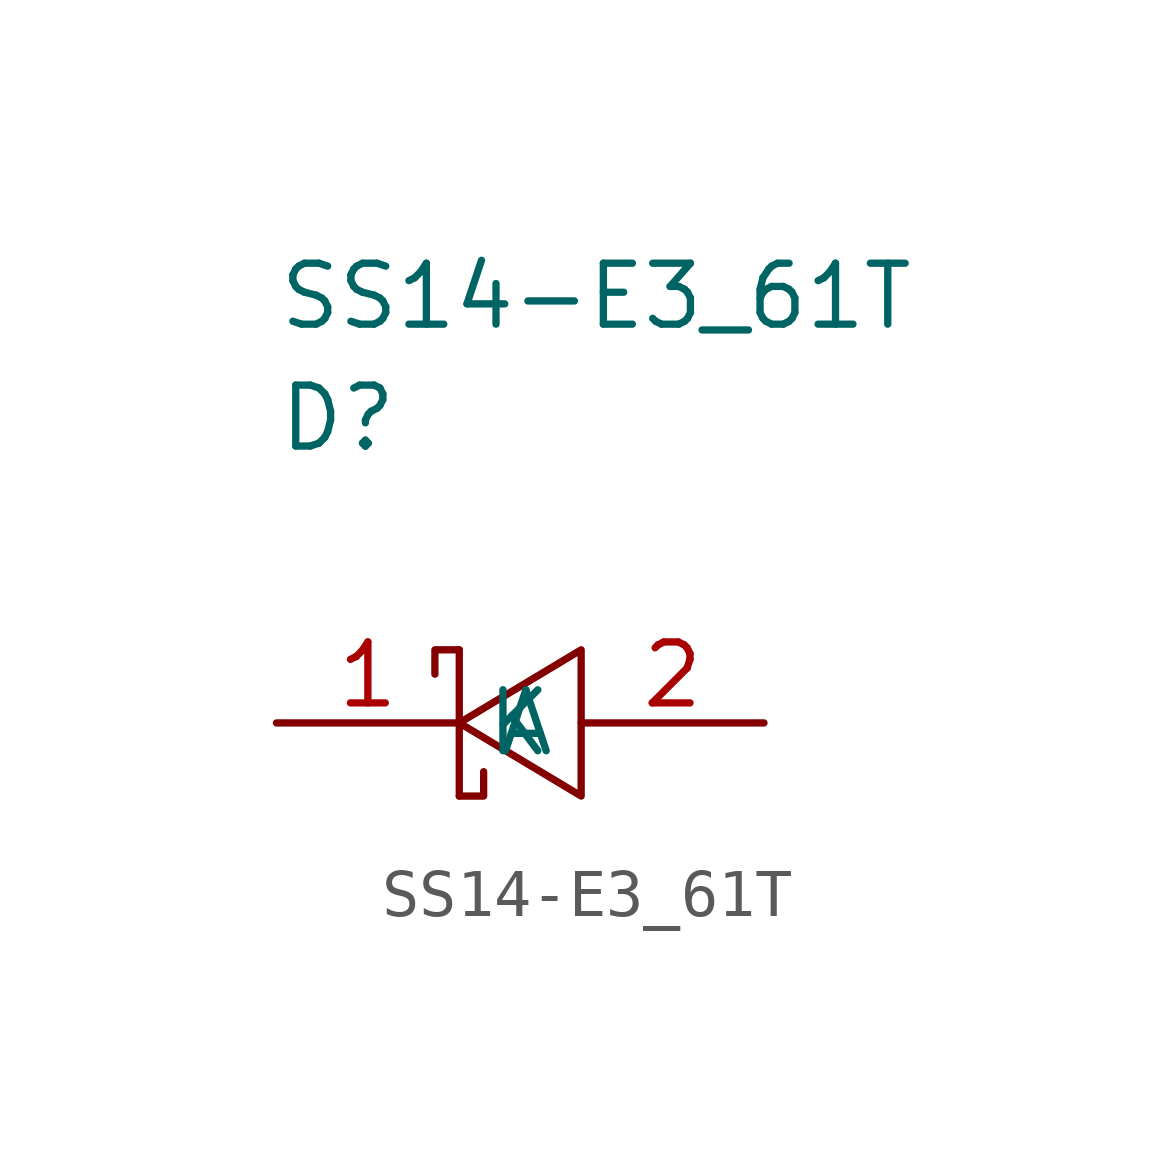
<source format=kicad_sym>
(kicad_symbol_lib
  (version 20231120)
  (generator "kicad_symbol_editor")
  (generator_version "8.0")
  (symbol "SS14-E3_61T"
    (property "Reference" "D"
      (at -5.08 6.35 0)
      (effects (font (size 1.27 1.27)) (justify left)))
    (property "Value" "SS14-E3_61T"
      (at -5.08 8.89 0)
      (effects (font (size 1.27 1.27)) (justify left)))
    (symbol "SS14-E3_61T_1_1"
      (polyline (pts (xy -1.27 -1.524) (xy -1.27 1.524)) (stroke (width 0.152) (type default)) (fill (type none)))
      (polyline (pts (xy -1.27 -1.524) (xy -0.762 -1.524) (xy -0.762 -1.524) (xy -0.762 -1.016)) (stroke (width 0.152) (type default)) (fill (type none)))
      (polyline (pts (xy -1.27 1.524) (xy -1.778 1.524) (xy -1.778 1.524) (xy -1.778 1.016)) (stroke (width 0.152) (type default)) (fill (type none)))
      (polyline (pts (xy 1.27 1.524) (xy -1.27 0) (xy -1.27 0) (xy 1.27 -1.524) (xy 1.27 -1.524) (xy 1.27 1.524)) (stroke (width 0.152) (type default)) (fill (type none)))
      (pin input line (at -5.08 0 0) (length 3.81) (name "K" (effects (font (size 1.27 1.27)))) (number "1" (effects (font (size 1.27 1.27)))))
      (pin input line (at 5.08 0 180) (length 3.81) (name "A" (effects (font (size 1.27 1.27)))) (number "2" (effects (font (size 1.27 1.27))))))))
</source>
